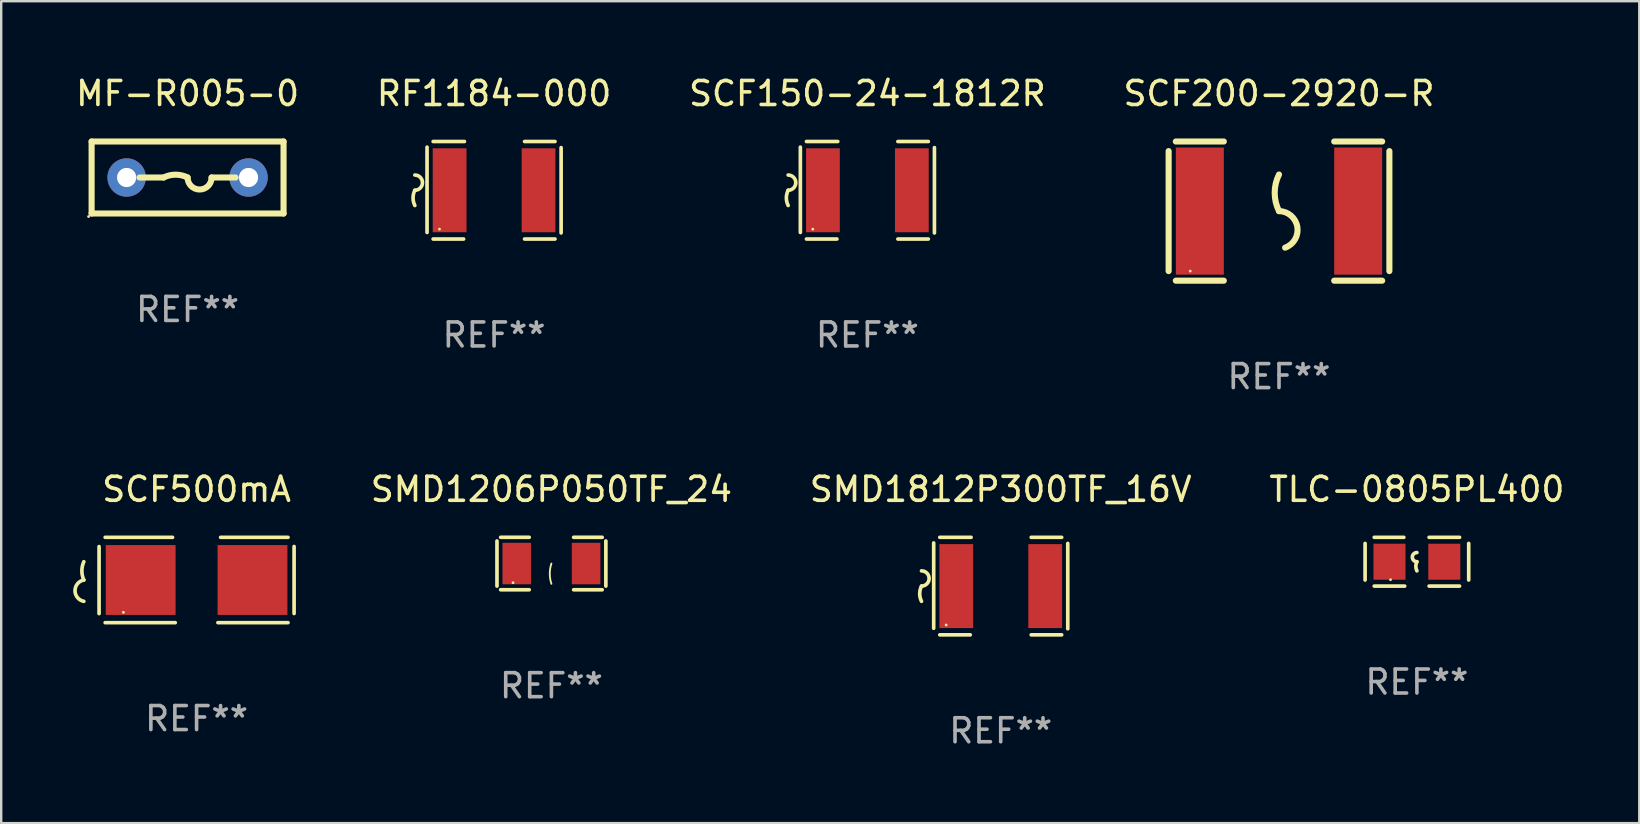
<source format=kicad_pcb>
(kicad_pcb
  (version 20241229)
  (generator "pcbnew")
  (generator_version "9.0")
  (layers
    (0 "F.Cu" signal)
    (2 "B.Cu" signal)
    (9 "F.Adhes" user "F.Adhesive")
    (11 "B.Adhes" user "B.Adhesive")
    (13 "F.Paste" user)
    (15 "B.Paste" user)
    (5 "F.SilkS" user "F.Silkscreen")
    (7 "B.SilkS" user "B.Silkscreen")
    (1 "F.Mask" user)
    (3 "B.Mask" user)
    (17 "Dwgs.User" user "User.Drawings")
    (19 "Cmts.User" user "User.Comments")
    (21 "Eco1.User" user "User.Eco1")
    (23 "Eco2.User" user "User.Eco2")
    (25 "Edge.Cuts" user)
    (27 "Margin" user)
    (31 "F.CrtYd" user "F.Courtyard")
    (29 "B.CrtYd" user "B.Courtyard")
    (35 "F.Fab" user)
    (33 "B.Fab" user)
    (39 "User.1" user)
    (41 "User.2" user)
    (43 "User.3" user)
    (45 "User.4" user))
  (footprint "SCF200-2920-R"
    (layer "F.Cu")
    (at 50.256 5.748)
    (property "Reference" "SCF200-2920-R" (at 0 -4.9 0) (layer "F.SilkS") (effects (font (size 1 1) (thickness 0.15))))
    (attr through_hole)
    (fp_line (start -4.6 -2.5) (end -4.6 2.5) (stroke (width 0.254) (type solid)) (layer "F.SilkS"))
    (fp_line (start -4.3 -2.9) (end -2.3 -2.9) (stroke (width 0.254) (type solid)) (layer "F.SilkS"))
    (fp_line (start -4.3 2.9) (end -2.3 2.9) (stroke (width 0.254) (type solid)) (layer "F.SilkS"))
    (fp_line (start 2.3 -2.9) (end 4.3 -2.9) (stroke (width 0.254) (type solid)) (layer "F.SilkS"))
    (fp_line (start 2.3 2.9) (end 4.3 2.9) (stroke (width 0.254) (type solid)) (layer "F.SilkS"))
    (fp_line (start 4.6 -2.5) (end 4.6 2.5) (stroke (width 0.254) (type solid)) (layer "F.SilkS"))
    (fp_arc (start 0 0) (mid -0.179884 -0.762002) (end 0 -1.524003) (stroke (width 0.254001) (type solid)) (layer "F.SilkS"))
    (fp_arc (start 0 0) (mid 0.763086 0.655987) (end 0.254001 1.524003) (stroke (width 0.254001) (type solid)) (layer "F.SilkS"))
    (fp_circle (center -3.7 2.5) (end -3.67 2.5) (stroke (width 0.06) (type solid)) (fill no) (layer "F.SilkS"))
    (fp_text user "REF**" (at 0 6.9 0) (layer "F.Fab") (effects (font (size 1 1) (thickness 0.15))))
    (pad "1" smd rect (at -3.3 0) (size 2 5.3) (layers "F.Cu" "F.Mask" "F.Paste"))
    (pad "2" smd rect (at 3.3 0) (size 2 5.3) (layers "F.Cu" "F.Mask" "F.Paste")))
  (footprint "SCF500mA"
    (layer "F.Cu")
    (at 5.143 21.123)
    (property "Reference" "SCF500mA" (at 0 -3.778 0) (layer "F.SilkS") (effects (font (size 1 1) (thickness 0.15))))
    (attr through_hole)
    (fp_line (start -4.064 -1.393) (end -4.064 1.401) (stroke (width 0.152) (type solid)) (layer "F.SilkS"))
    (fp_line (start -3.81 -1.778) (end -1.002 -1.778) (stroke (width 0.152) (type solid)) (layer "F.SilkS"))
    (fp_line (start -0.889 1.778) (end -3.81 1.778) (stroke (width 0.152) (type solid)) (layer "F.SilkS"))
    (fp_line (start 0.889 1.778) (end 3.81 1.778) (stroke (width 0.152) (type solid)) (layer "F.SilkS"))
    (fp_line (start 3.81 -1.778) (end 1.002 -1.778) (stroke (width 0.152) (type solid)) (layer "F.SilkS"))
    (fp_line (start 4.064 -1.397) (end 4.064 1.397) (stroke (width 0.152) (type solid)) (layer "F.SilkS"))
    (fp_arc (start -4.699009 0) (mid -4.780645 -0.381001) (end -4.699009 -0.762002) (stroke (width 0.151994) (type solid)) (layer "F.SilkS"))
    (fp_arc (start -4.699009 0.889002) (mid -5.066697 0.444501) (end -4.699009 0) (stroke (width 0.151994) (type solid)) (layer "F.SilkS"))
    (fp_circle (center -3.05 1.347) (end -3.02 1.347) (stroke (width 0.06) (type solid)) (fill no) (layer "F.SilkS"))
    (fp_text user "REF**" (at 0 5.778 0) (layer "F.Fab") (effects (font (size 1 1) (thickness 0.15))))
    (pad "1" smd rect (at -2.33 0) (size 2.91 2.911) (layers "F.Cu" "F.Mask" "F.Paste"))
    (pad "2" smd rect (at 2.33 0) (size 2.91 2.911) (layers "F.Cu" "F.Mask" "F.Paste")))
  (footprint "SMD1812P300TF_16V"
    (layer "F.Cu")
    (at 38.658 21.377)
    (property "Reference" "SMD1812P300TF_16V" (at 0 -4.032 0) (layer "F.SilkS") (effects (font (size 1 1) (thickness 0.15))))
    (attr through_hole)
    (fp_line (start -2.794 -1.798) (end -2.794 1.758) (stroke (width 0.152) (type solid)) (layer "F.SilkS"))
    (fp_line (start -2.54 -2.032) (end -1.235 -2.032) (stroke (width 0.152) (type solid)) (layer "F.SilkS"))
    (fp_line (start -1.27 2.032) (end -2.54 2.032) (stroke (width 0.152) (type solid)) (layer "F.SilkS"))
    (fp_line (start 1.27 2.032) (end 2.54 2.032) (stroke (width 0.152) (type solid)) (layer "F.SilkS"))
    (fp_line (start 2.54 -2.032) (end 1.27 -2.032) (stroke (width 0.152) (type solid)) (layer "F.SilkS"))
    (fp_line (start 2.794 -1.778) (end 2.794 1.778) (stroke (width 0.152) (type solid)) (layer "F.SilkS"))
    (fp_arc (start -3.302007 -0.635002) (mid -2.984506 -0.317501) (end -3.302007 0) (stroke (width 0.151994) (type solid)) (layer "F.SilkS"))
    (fp_arc (start -3.302007 0.635002) (mid -3.376959 0.317501) (end -3.302007 0) (stroke (width 0.151994) (type solid)) (layer "F.SilkS"))
    (fp_circle (center -2.275 1.62) (end -2.245 1.62) (stroke (width 0.06) (type solid)) (fill no) (layer "F.SilkS"))
    (fp_text user "REF**" (at 0 6.032 0) (layer "F.Fab") (effects (font (size 1 1) (thickness 0.15))))
    (pad "1" smd rect (at -1.853 0) (size 1.407 3.499) (layers "F.Cu" "F.Mask" "F.Paste"))
    (pad "2" smd rect (at 1.853 0) (size 1.407 3.499) (layers "F.Cu" "F.Mask" "F.Paste")))
  (footprint "SCF150-24-1812R"
    (layer "F.Cu")
    (at 33.101 4.88)
    (property "Reference" "SCF150-24-1812R" (at 0 -4.032 0) (layer "F.SilkS") (effects (font (size 1 1) (thickness 0.15))))
    (attr through_hole)
    (fp_line (start -2.794 -1.798) (end -2.794 1.758) (stroke (width 0.152) (type solid)) (layer "F.SilkS"))
    (fp_line (start -2.54 -2.032) (end -1.235 -2.032) (stroke (width 0.152) (type solid)) (layer "F.SilkS"))
    (fp_line (start -1.27 2.032) (end -2.54 2.032) (stroke (width 0.152) (type solid)) (layer "F.SilkS"))
    (fp_line (start 1.27 2.032) (end 2.54 2.032) (stroke (width 0.152) (type solid)) (layer "F.SilkS"))
    (fp_line (start 2.54 -2.032) (end 1.27 -2.032) (stroke (width 0.152) (type solid)) (layer "F.SilkS"))
    (fp_line (start 2.794 -1.778) (end 2.794 1.778) (stroke (width 0.152) (type solid)) (layer "F.SilkS"))
    (fp_arc (start -3.302007 -0.635002) (mid -2.984506 -0.317501) (end -3.302007 0) (stroke (width 0.151994) (type solid)) (layer "F.SilkS"))
    (fp_arc (start -3.302007 0.635002) (mid -3.376959 0.317501) (end -3.302007 0) (stroke (width 0.151994) (type solid)) (layer "F.SilkS"))
    (fp_circle (center -2.275 1.62) (end -2.245 1.62) (stroke (width 0.06) (type solid)) (fill no) (layer "F.SilkS"))
    (fp_text user "REF**" (at 0 6.032 0) (layer "F.Fab") (effects (font (size 1 1) (thickness 0.15))))
    (pad "1" smd rect (at -1.853 0) (size 1.407 3.499) (layers "F.Cu" "F.Mask" "F.Paste"))
    (pad "2" smd rect (at 1.853 0) (size 1.407 3.499) (layers "F.Cu" "F.Mask" "F.Paste")))
  (footprint "MF-R005-0"
    (layer "F.Cu")
    (at 4.768 4.348)
    (property "Reference" "MF-R005-0" (at 0 -3.5 0) (layer "F.SilkS") (effects (font (size 1 1) (thickness 0.15))))
    (attr through_hole)
    (fp_line (start -4 -1.5) (end -4 1.5) (stroke (width 0.254) (type solid)) (layer "F.SilkS"))
    (fp_line (start -4 -1.5) (end 4 -1.5) (stroke (width 0.254) (type solid)) (layer "F.SilkS"))
    (fp_line (start -1 -0.000127) (end -2 -0.000127) (stroke (width 0.254) (type solid)) (layer "F.SilkS"))
    (fp_line (start 1 -0.000127) (end 2 -0.000127) (stroke (width 0.254) (type solid)) (layer "F.SilkS"))
    (fp_line (start 4 -1.5) (end 4 1.5) (stroke (width 0.254) (type solid)) (layer "F.SilkS"))
    (fp_line (start 4 1.5) (end -4 1.5) (stroke (width 0.254) (type solid)) (layer "F.SilkS"))
    (fp_arc (start -1 -0.000127) (mid -0.5 -0.118148) (end 0 -0.000127) (stroke (width 0.254001) (type solid)) (layer "F.SilkS"))
    (fp_arc (start 1.000762 -0.000127) (mid 0.500381 0.5) (end 0 -0.000127) (stroke (width 0.254001) (type solid)) (layer "F.SilkS"))
    (fp_circle (center -4.127 1.627) (end -4.097 1.627) (stroke (width 0.06) (type solid)) (fill no) (layer "F.SilkS"))
    (fp_text user "REF**" (at 0 5.5 0) (layer "F.Fab") (effects (font (size 1 1) (thickness 0.15))))
    (pad "1" thru_hole circle (at -2.54 -0.000127) (size 1.6 1.6) (drill 0.8) (layers "*.Cu" "*.Mask"))
    (pad "2" thru_hole circle (at 2.54 -0.000127) (size 1.6 1.6) (drill 0.8) (layers "*.Cu" "*.Mask")))
  (footprint "SMD1206P050TF_24"
    (layer "F.Cu")
    (at 19.932 20.437)
    (property "Reference" "SMD1206P050TF_24" (at 0 -3.093 0) (layer "F.SilkS") (effects (font (size 1 1) (thickness 0.15))))
    (attr through_hole)
    (fp_line (start -2.269 -0.94) (end -2.269 0.94) (stroke (width 0.152) (type solid)) (layer "F.SilkS"))
    (fp_line (start -2.116 1.093) (end -0.926 1.093) (stroke (width 0.152) (type solid)) (layer "F.SilkS"))
    (fp_line (start -0.926 -1.093) (end -2.116 -1.093) (stroke (width 0.152) (type solid)) (layer "F.SilkS"))
    (fp_line (start 0.926 -1.093) (end 2.116 -1.093) (stroke (width 0.152) (type solid)) (layer "F.SilkS"))
    (fp_line (start 2.116 1.093) (end 0.926 1.093) (stroke (width 0.152) (type solid)) (layer "F.SilkS"))
    (fp_line (start 2.269 -0.94) (end 2.269 0.94) (stroke (width 0.152) (type solid)) (layer "F.SilkS"))
    (fp_arc (start 0 0.844951) (mid -0.068559 0.422475) (end 0 0) (stroke (width 0.0762) (type solid)) (layer "F.SilkS"))
    (fp_circle (center -1.6 0.8) (end -1.57 0.8) (stroke (width 0.06) (type solid)) (fill no) (layer "F.SilkS"))
    (fp_text user "REF**" (at 0 5.093 0) (layer "F.Fab") (effects (font (size 1 1) (thickness 0.15))))
    (pad "1" smd rect (at -1.445 0) (size 1.19 1.728) (layers "F.Cu" "F.Mask" "F.Paste"))
    (pad "2" smd rect (at 1.445 0) (size 1.19 1.728) (layers "F.Cu" "F.Mask" "F.Paste")))
  (footprint "RF1184-000"
    (layer "F.Cu")
    (at 17.542 4.88)
    (property "Reference" "RF1184-000" (at 0 -4.032 0) (layer "F.SilkS") (effects (font (size 1 1) (thickness 0.15))))
    (attr through_hole)
    (fp_line (start -2.794 -1.798) (end -2.794 1.758) (stroke (width 0.152) (type solid)) (layer "F.SilkS"))
    (fp_line (start -2.54 -2.032) (end -1.235 -2.032) (stroke (width 0.152) (type solid)) (layer "F.SilkS"))
    (fp_line (start -1.27 2.032) (end -2.54 2.032) (stroke (width 0.152) (type solid)) (layer "F.SilkS"))
    (fp_line (start 1.27 2.032) (end 2.54 2.032) (stroke (width 0.152) (type solid)) (layer "F.SilkS"))
    (fp_line (start 2.54 -2.032) (end 1.27 -2.032) (stroke (width 0.152) (type solid)) (layer "F.SilkS"))
    (fp_line (start 2.794 -1.778) (end 2.794 1.778) (stroke (width 0.152) (type solid)) (layer "F.SilkS"))
    (fp_arc (start -3.302007 -0.635002) (mid -2.984506 -0.317501) (end -3.302007 0) (stroke (width 0.151994) (type solid)) (layer "F.SilkS"))
    (fp_arc (start -3.302007 0.635002) (mid -3.376959 0.317501) (end -3.302007 0) (stroke (width 0.151994) (type solid)) (layer "F.SilkS"))
    (fp_circle (center -2.275 1.62) (end -2.245 1.62) (stroke (width 0.06) (type solid)) (fill no) (layer "F.SilkS"))
    (fp_text user "REF**" (at 0 6.032 0) (layer "F.Fab") (effects (font (size 1 1) (thickness 0.15))))
    (pad "1" smd rect (at -1.853 0) (size 1.407 3.499) (layers "F.Cu" "F.Mask" "F.Paste"))
    (pad "2" smd rect (at 1.853 0) (size 1.407 3.499) (layers "F.Cu" "F.Mask" "F.Paste")))
  (footprint "TLC-0805PL400"
    (layer "F.Cu")
    (at 56.003 20.361)
    (property "Reference" "TLC-0805PL400" (at 0 -3.016 0) (layer "F.SilkS") (effects (font (size 1 1) (thickness 0.15))))
    (attr through_hole)
    (fp_line (start -2.159 -0.762) (end -2.159 0.762) (stroke (width 0.152) (type solid)) (layer "F.SilkS"))
    (fp_line (start -1.778 -1.016) (end -0.545 -1.016) (stroke (width 0.152) (type solid)) (layer "F.SilkS"))
    (fp_line (start -0.508 1.016) (end -1.778 1.016) (stroke (width 0.152) (type solid)) (layer "F.SilkS"))
    (fp_line (start 0.508 1.016) (end 1.778 1.016) (stroke (width 0.152) (type solid)) (layer "F.SilkS"))
    (fp_line (start 1.778 -1.016) (end 0.508 -1.016) (stroke (width 0.152) (type solid)) (layer "F.SilkS"))
    (fp_line (start 2.159 -0.762) (end 2.159 0.762) (stroke (width 0.152) (type solid)) (layer "F.SilkS"))
    (fp_arc (start 0 0) (mid -0.1905 -0.1905) (end 0 -0.381) (stroke (width 0.151994) (type solid)) (layer "F.SilkS"))
    (fp_arc (start 0 0.381001) (mid -0.044971 0.1905) (end 0 0) (stroke (width 0.151994) (type solid)) (layer "F.SilkS"))
    (fp_circle (center -1.1 0.75) (end -1.07 0.75) (stroke (width 0.06) (type solid)) (fill no) (layer "F.SilkS"))
    (fp_text user "REF**" (at 0 5.016 0) (layer "F.Fab") (effects (font (size 1 1) (thickness 0.15))))
    (pad "1" smd rect (at -1.142 0) (size 1.335 1.5) (layers "F.Cu" "F.Mask" "F.Paste"))
    (pad "2" smd rect (at 1.142 0) (size 1.335 1.5) (layers "F.Cu" "F.Mask" "F.Paste")))
  (gr_rect
    (start -3 -3)
    (end 65.271 31.257)
    (stroke (width 0.1) (type default))
    (fill no)
    (layer "Edge.Cuts")))
</source>
